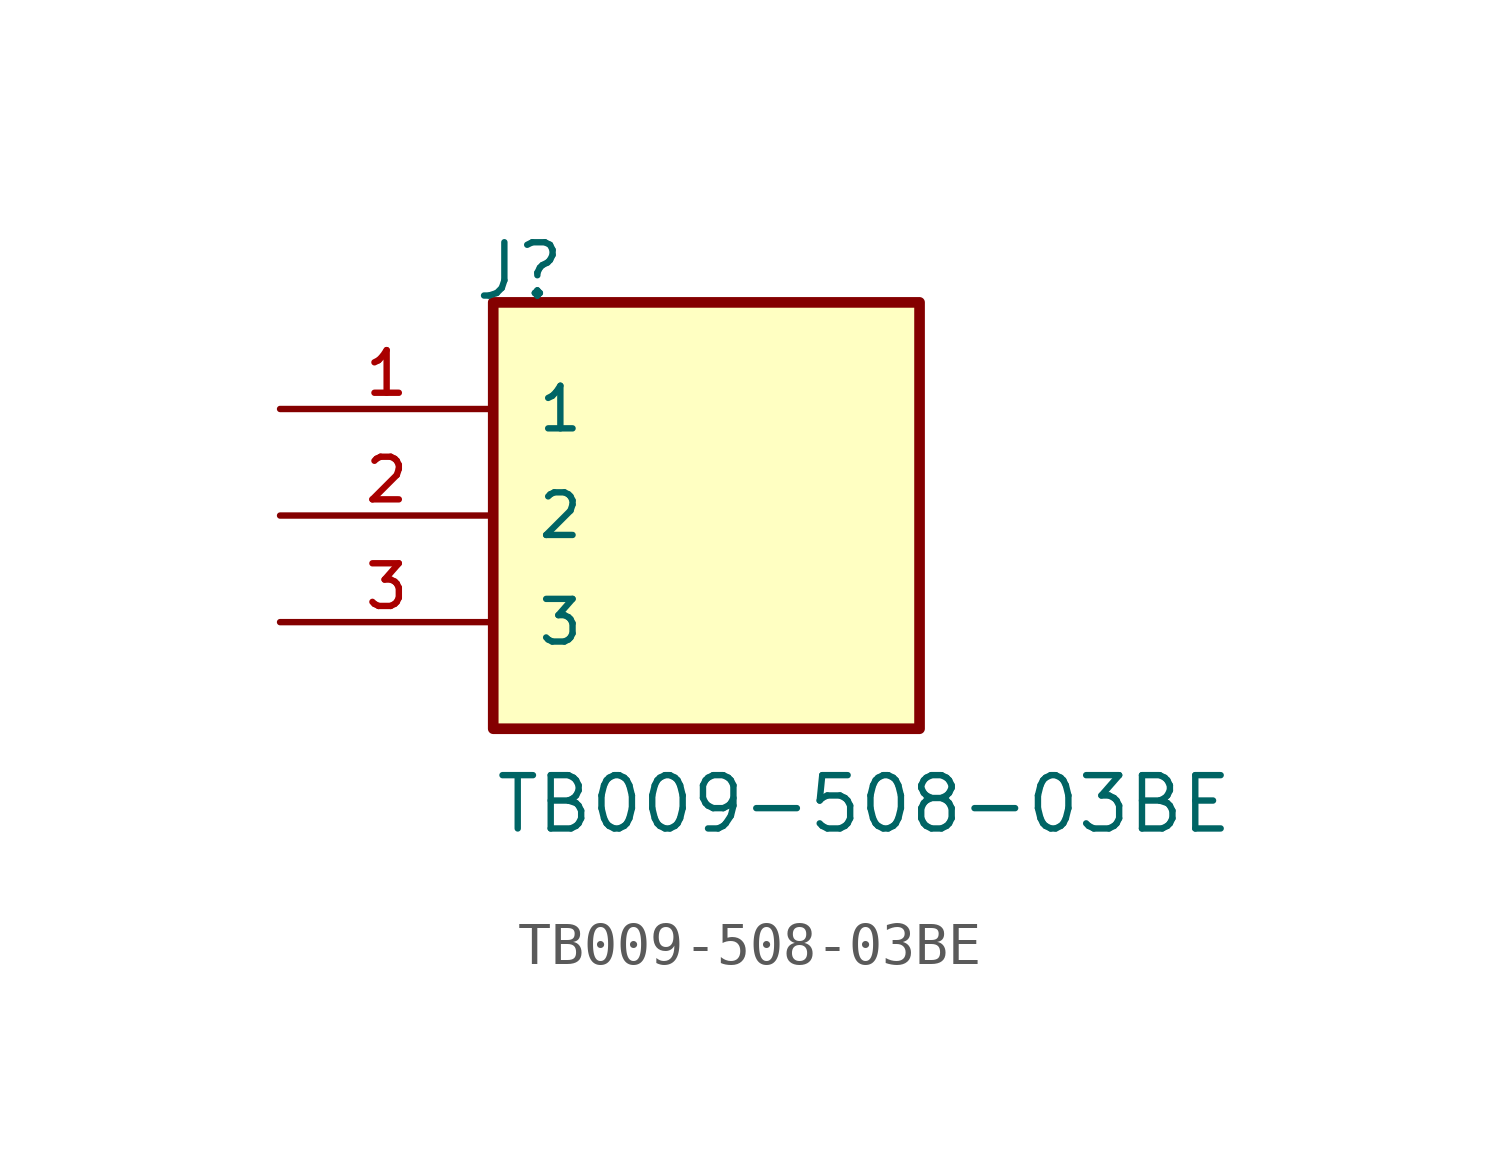
<source format=kicad_sym>
(kicad_symbol_lib
  (version 20211014)
  (generator kicad_symbol_editor)
  (symbol "TB009-508-03BE"
    (pin_names
      (offset 1.016))
    (property "Reference" "J"
      (at -5.58 5.08 0)
      (effects (font (size 1.27 1.27)) (justify bottom left)))
    (property "Value" "TB009-508-03BE"
      (at -5.08 -7.62 0)
      (effects (font (size 1.27 1.27)) (justify bottom left)))
    (symbol "TB009-508-03BE_0_0"
      (rectangle (start -5.08 -5.08) (end 5.08 5.08) (stroke (width 0.254)) (fill (type background)))
      (pin passive line (at -10.16 2.54 0) (length 5.08) (name "1" (effects (font (size 1.016 1.016)))) (number "1" (effects (font (size 1.016 1.016)))))
      (pin passive line (at -10.16 0.0 0) (length 5.08) (name "2" (effects (font (size 1.016 1.016)))) (number "2" (effects (font (size 1.016 1.016)))))
      (pin passive line (at -10.16 -2.54 0) (length 5.08) (name "3" (effects (font (size 1.016 1.016)))) (number "3" (effects (font (size 1.016 1.016))))))))
</source>
